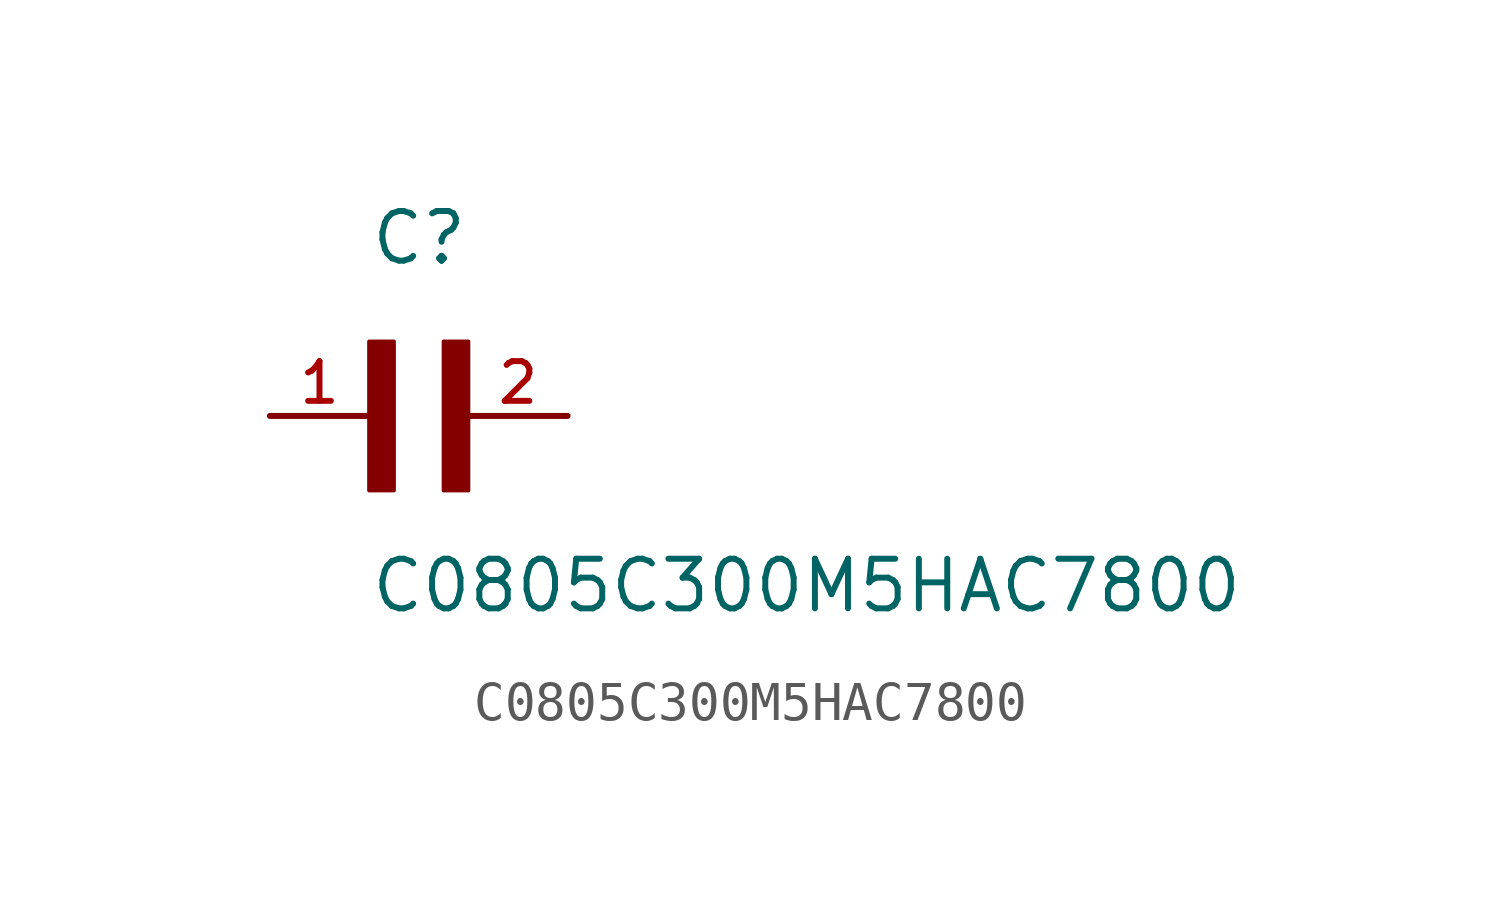
<source format=kicad_sym>
(kicad_symbol_lib
  (version 20211014)
  (generator kicad_symbol_editor)
  (symbol "C0805C300M5HAC7800"
    (pin_names
      (offset 1.016))
    (property "Reference" "C"
      (at 0.0 3.811 0)
      (effects (font (size 1.27 1.27)) (justify bottom left)))
    (property "Value" "C0805C300M5HAC7800"
      (at 0.0 -5.088 0)
      (effects (font (size 1.27 1.27)) (justify bottom left)))
    (symbol "C0805C300M5HAC7800_0_0"
      (rectangle (start 0.0 -1.907) (end 0.635 1.905) (stroke (width 0.1)) (fill (type outline)))
      (rectangle (start 1.907 -1.907) (end 2.54 1.905) (stroke (width 0.1)) (fill (type outline)))
      (pin passive line (at 5.08 0.0 180.0) (length 2.54) (name "~" (effects (font (size 1.016 1.016)))) (number "2" (effects (font (size 1.016 1.016)))))
      (pin passive line (at -2.54 0.0 0) (length 2.54) (name "~" (effects (font (size 1.016 1.016)))) (number "1" (effects (font (size 1.016 1.016))))))))
</source>
